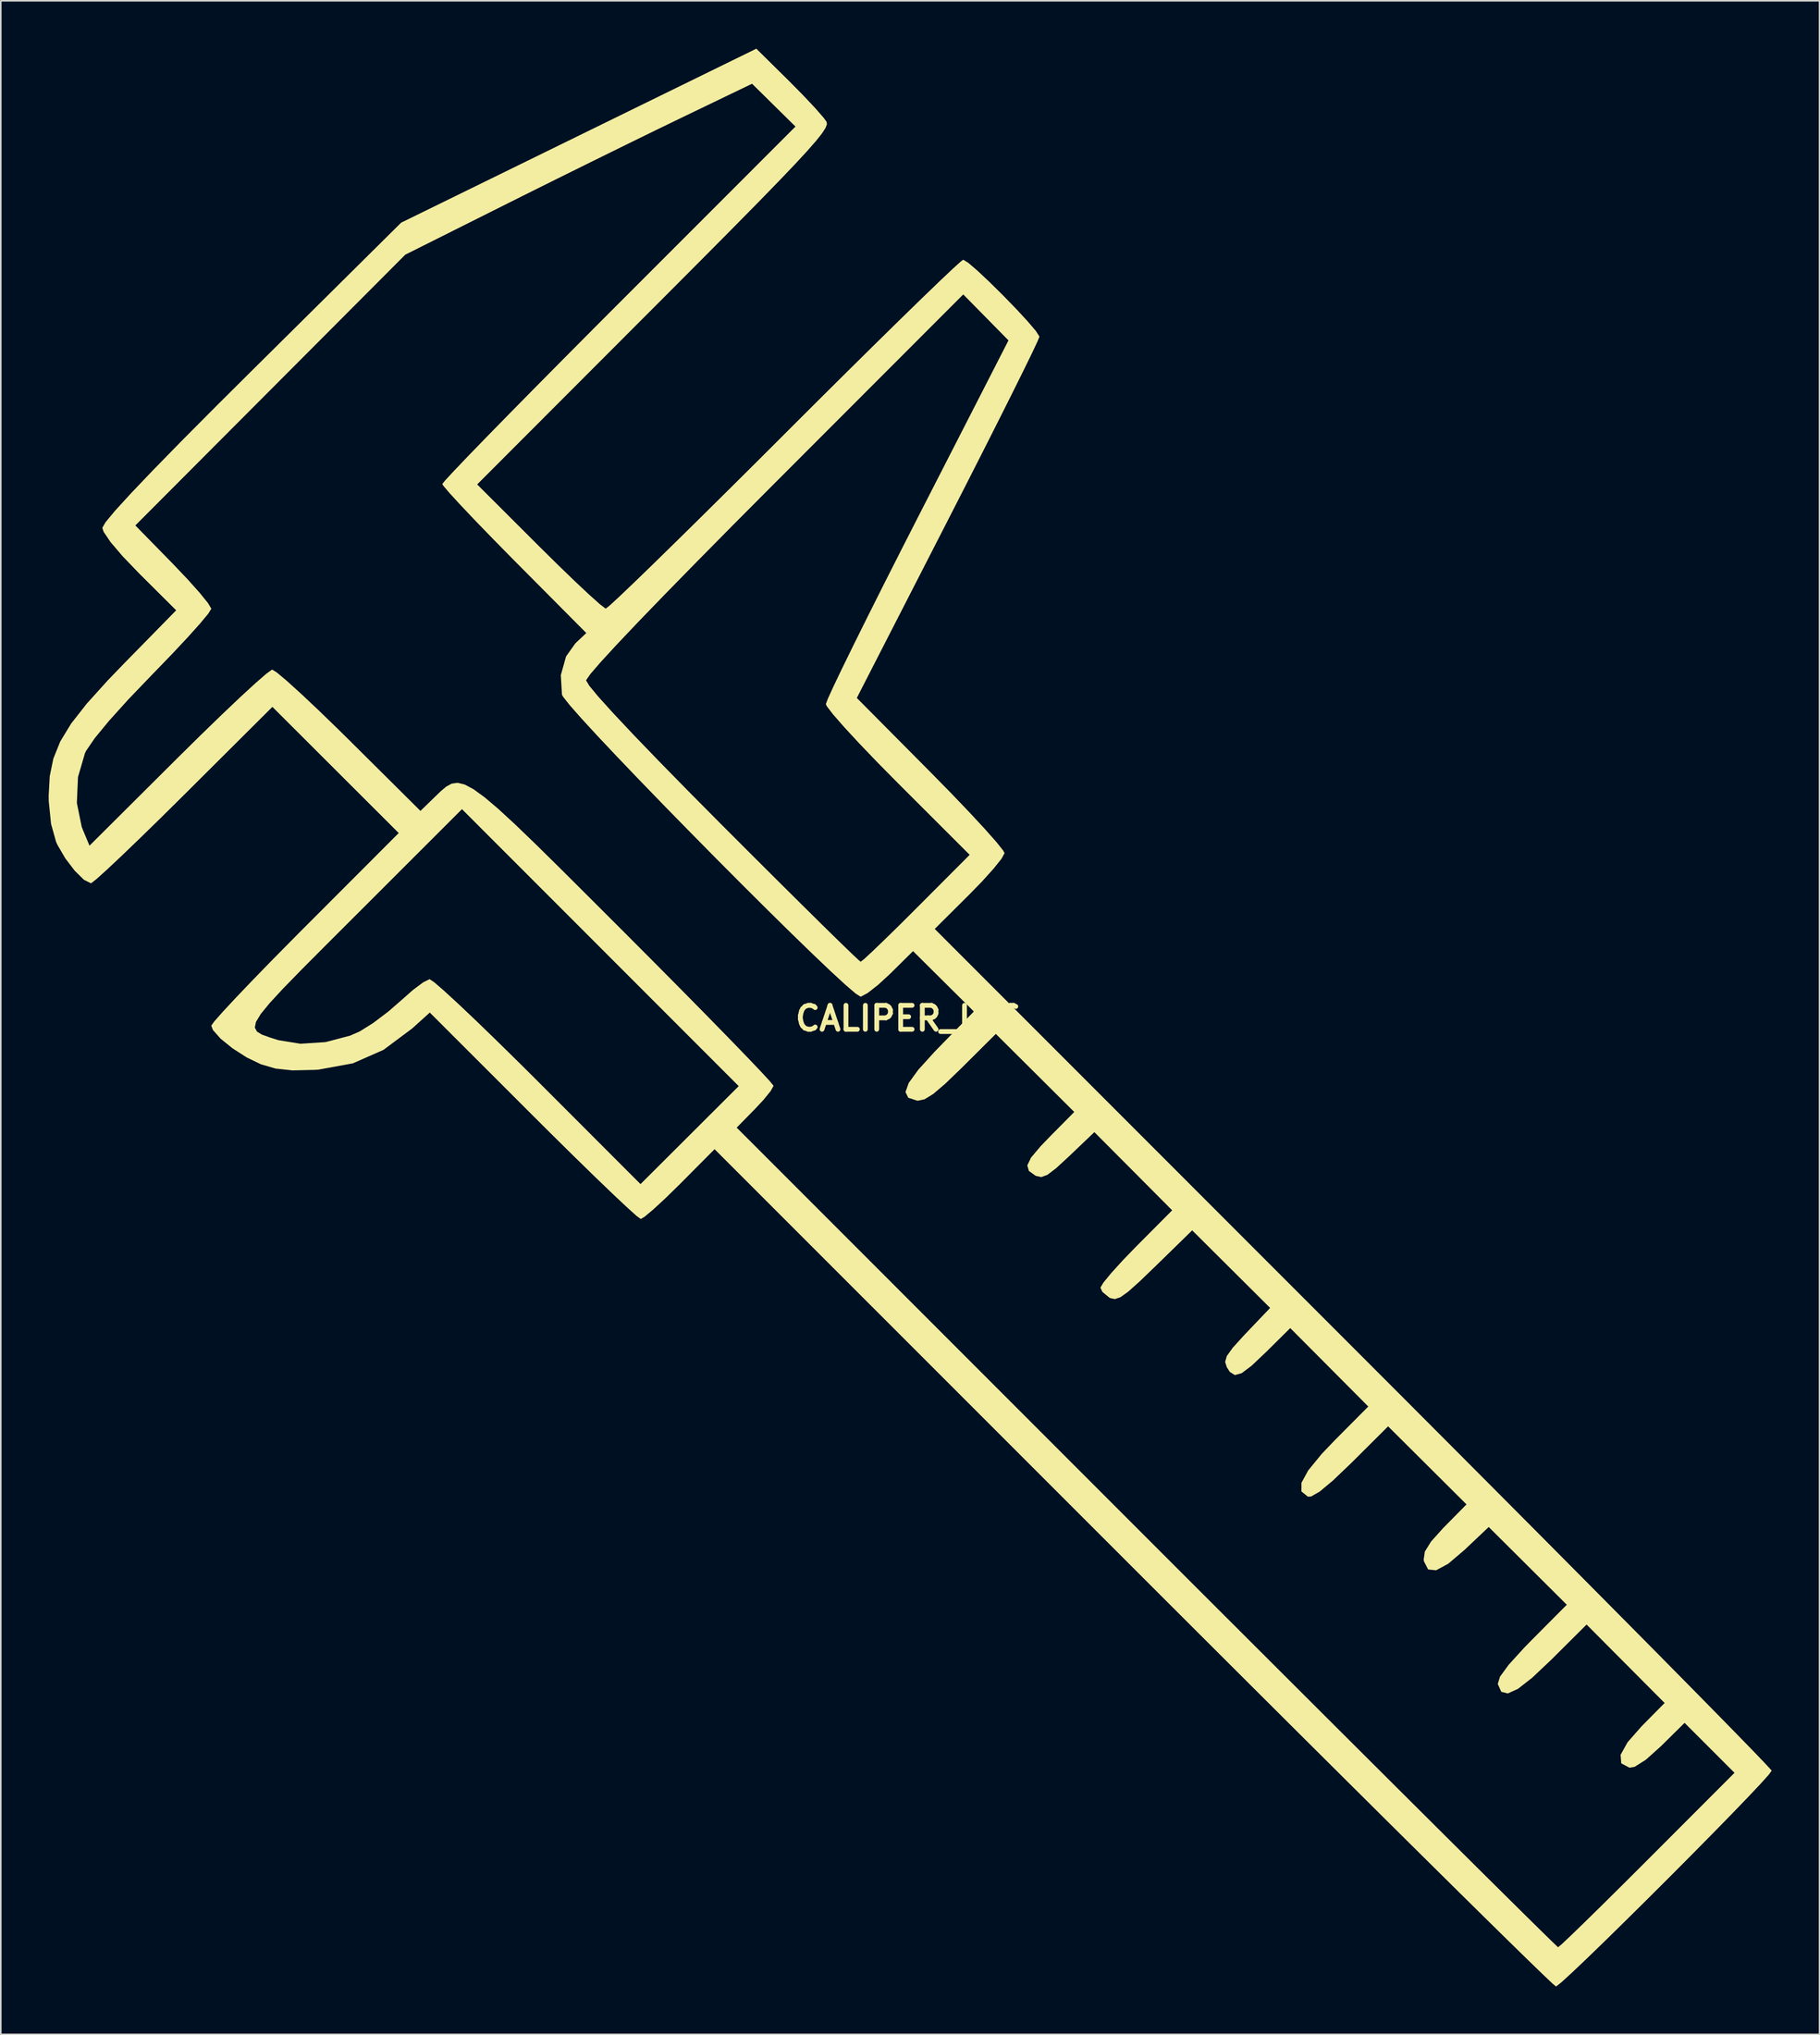
<source format=kicad_pcb>
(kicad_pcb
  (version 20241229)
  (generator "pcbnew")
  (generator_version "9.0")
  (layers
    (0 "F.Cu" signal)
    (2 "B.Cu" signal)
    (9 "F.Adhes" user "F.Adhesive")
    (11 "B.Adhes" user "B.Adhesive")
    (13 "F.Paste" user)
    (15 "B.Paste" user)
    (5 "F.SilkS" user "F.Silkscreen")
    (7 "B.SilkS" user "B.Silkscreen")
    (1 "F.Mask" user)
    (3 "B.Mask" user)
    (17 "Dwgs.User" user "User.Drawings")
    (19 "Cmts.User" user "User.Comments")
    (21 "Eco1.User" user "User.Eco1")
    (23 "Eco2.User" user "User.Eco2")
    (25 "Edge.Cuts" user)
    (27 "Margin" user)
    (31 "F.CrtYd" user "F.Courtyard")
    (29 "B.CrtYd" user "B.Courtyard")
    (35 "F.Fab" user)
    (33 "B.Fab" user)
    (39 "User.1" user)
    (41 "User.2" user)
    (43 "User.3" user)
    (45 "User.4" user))
  (footprint "CALIPER_IMG"
    (layer "F.Cu")
    (at 53.889 60.741)
    (property "Reference" "CALIPER_IMG" (at 0 0 0) (layer "F.SilkS") (effects (font (size 1.5 1.5) (thickness 0.3))))
    (attr board_only exclude_from_pos_files exclude_from_bom)
    (fp_poly (pts (xy -7.485 -58.707) (xy -6.6 -57.811) (xy -5.846 -57.01) (xy -5.322 -56.408) (xy -5.143 -56.161) (xy -5.122 -56.012) (xy -5.206 -55.783) (xy -5.424 -55.444) (xy -5.804 -54.965) (xy -6.372 -54.317) (xy -7.155 -53.471) (xy -8.183 -52.396) (xy -9.481 -51.063) (xy -11.078 -49.443) (xy -13.002 -47.505) (xy -15.278 -45.222) (xy -15.95 -44.549) (xy -27.038 -33.449) (xy -23.143 -29.561) (xy -21.946 -28.379) (xy -20.871 -27.342) (xy -19.98 -26.508) (xy -19.336 -25.934) (xy -19.001 -25.68) (xy -18.977 -25.673) (xy -18.739 -25.861) (xy -18.151 -26.402) (xy -17.249 -27.261) (xy -16.068 -28.404) (xy -14.644 -29.796) (xy -13.011 -31.403) (xy -11.205 -33.19) (xy -9.261 -35.122) (xy -7.784 -36.598) (xy -5.763 -38.615) (xy -3.853 -40.511) (xy -2.09 -42.252) (xy -0.509 -43.804) (xy 0.853 -45.131) (xy 1.963 -46.2) (xy 2.784 -46.975) (xy 3.281 -47.423) (xy 3.419 -47.523) (xy 3.727 -47.336) (xy 4.307 -46.84) (xy 5.063 -46.13) (xy 5.903 -45.301) (xy 6.73 -44.45) (xy 7.45 -43.672) (xy 7.969 -43.063) (xy 8.191 -42.717) (xy 8.194 -42.7) (xy 8.072 -42.401) (xy 7.726 -41.667) (xy 7.178 -40.546) (xy 6.455 -39.089) (xy 5.58 -37.346) (xy 4.579 -35.365) (xy 3.476 -33.197) (xy 2.472 -31.234) (xy -3.249 -20.074) (xy 1.38 -15.413) (xy 2.675 -14.094) (xy 3.83 -12.886) (xy 4.792 -11.848) (xy 5.508 -11.039) (xy 5.924 -10.516) (xy 6.009 -10.354) (xy 5.824 -10.011) (xy 5.324 -9.385) (xy 4.588 -8.569) (xy 3.821 -7.782) (xy 1.634 -5.607) (xy 27.856 20.62) (xy 31.007 23.773) (xy 34.049 26.822) (xy 36.961 29.744) (xy 39.721 32.517) (xy 42.306 35.118) (xy 44.693 37.524) (xy 46.862 39.714) (xy 48.789 41.665) (xy 50.452 43.355) (xy 51.829 44.76) (xy 52.898 45.859) (xy 53.637 46.628) (xy 54.023 47.047) (xy 54.077 47.118) (xy 53.891 47.374) (xy 53.367 47.957) (xy 52.56 48.811) (xy 51.525 49.883) (xy 50.317 51.119) (xy 48.988 52.464) (xy 47.595 53.864) (xy 46.19 55.263) (xy 44.829 56.609) (xy 43.566 57.847) (xy 42.456 58.921) (xy 41.552 59.778) (xy 40.91 60.364) (xy 40.582 60.624) (xy 40.559 60.632) (xy 40.338 60.443) (xy 39.752 59.889) (xy 38.826 58.992) (xy 37.581 57.776) (xy 36.041 56.262) (xy 34.227 54.473) (xy 32.161 52.43) (xy 29.867 50.156) (xy 27.367 47.673) (xy 24.683 45.004) (xy 21.838 42.17) (xy 18.854 39.194) (xy 15.753 36.098) (xy 14.065 34.411) (xy -12.162 8.189) (xy -14.336 10.376) (xy -15.229 11.25) (xy -15.996 11.958) (xy -16.549 12.421) (xy -16.788 12.563) (xy -17.041 12.377) (xy -17.631 11.847) (xy -18.512 11.02) (xy -19.637 9.94) (xy -20.958 8.651) (xy -22.429 7.199) (xy -23.536 6.097) (xy -30.007 -0.369) (xy -31.108 0.625) (xy -32.909 1.968) (xy -34.827 2.812) (xy -36.974 3.204) (xy -37.217 3.221) (xy -38.608 3.253) (xy -39.675 3.138) (xy -40.591 2.87) (xy -41.483 2.44) (xy -42.37 1.871) (xy -43.119 1.264) (xy -43.596 0.724) (xy -43.654 0.57) (xy -40.971 0.57) (xy -40.838 0.822) (xy -40.524 1.013) (xy -40.056 1.182) (xy -39.495 1.361) (xy -38.112 1.584) (xy -36.538 1.482) (xy -35.002 1.078) (xy -34.4 0.813) (xy -33.573 0.299) (xy -32.599 -0.437) (xy -31.812 -1.123) (xy -31.06 -1.786) (xy -30.42 -2.263) (xy -30.025 -2.458) (xy -30.014 -2.458) (xy -29.735 -2.271) (xy -29.121 -1.741) (xy -28.219 -0.912) (xy -27.077 0.17) (xy -25.745 1.46) (xy -24.268 2.912) (xy -23.216 3.959) (xy -16.803 10.376) (xy -13.726 7.308) (xy -10.649 4.239) (xy -19.32 -4.435) (xy -27.991 -13.109) (xy -34.739 -6.366) (xy -36.574 -4.533) (xy -38.052 -3.049) (xy -39.198 -1.874) (xy -40.038 -0.965) (xy -40.597 -0.282) (xy -40.899 0.216) (xy -40.971 0.57) (xy -43.654 0.57) (xy -43.699 0.452) (xy -43.513 0.188) (xy -42.985 -0.41) (xy -42.164 -1.293) (xy -41.096 -2.411) (xy -39.829 -3.713) (xy -38.41 -5.15) (xy -37.826 -5.736) (xy -31.954 -11.613) (xy -35.912 -15.564) (xy -39.87 -19.516) (xy -45.418 -13.991) (xy -46.852 -12.573) (xy -48.167 -11.29) (xy -49.313 -10.189) (xy -50.237 -9.321) (xy -50.89 -8.733) (xy -51.219 -8.475) (xy -51.242 -8.467) (xy -51.682 -8.686) (xy -52.255 -9.252) (xy -52.846 -10.026) (xy -53.337 -10.868) (xy -53.425 -11.061) (xy -53.74 -12.188) (xy -53.874 -13.5) (xy -52.123 -13.5) (xy -51.82 -12.004) (xy -51.748 -11.82) (xy -51.331 -10.821) (xy -45.793 -16.335) (xy -44.356 -17.753) (xy -43.031 -19.036) (xy -41.872 -20.136) (xy -40.929 -21.002) (xy -40.256 -21.587) (xy -39.905 -21.842) (xy -39.879 -21.849) (xy -39.585 -21.664) (xy -38.967 -21.145) (xy -38.084 -20.346) (xy -36.995 -19.322) (xy -35.761 -18.127) (xy -35.048 -17.424) (xy -30.593 -12.999) (xy -29.691 -13.874) (xy -29.311 -14.241) (xy -28.97 -14.527) (xy -28.631 -14.709) (xy -28.259 -14.759) (xy -27.818 -14.651) (xy -27.272 -14.361) (xy -26.585 -13.863) (xy -25.72 -13.13) (xy -24.643 -12.138) (xy -23.316 -10.86) (xy -21.705 -9.271) (xy -19.773 -7.345) (xy -17.822 -5.396) (xy -15.96 -3.528) (xy -14.22 -1.774) (xy -12.642 -0.172) (xy -11.262 1.24) (xy -10.117 2.423) (xy -9.244 3.339) (xy -8.682 3.95) (xy -8.468 4.216) (xy -8.467 4.222) (xy -8.645 4.544) (xy -9.107 5.111) (xy -9.621 5.662) (xy -10.776 6.839) (xy 14.89 32.507) (xy 18.007 35.623) (xy 21.018 38.63) (xy 23.9 41.507) (xy 26.63 44.231) (xy 29.186 46.779) (xy 31.546 49.129) (xy 33.686 51.258) (xy 35.584 53.145) (xy 37.219 54.765) (xy 38.566 56.098) (xy 39.604 57.121) (xy 40.31 57.81) (xy 40.661 58.145) (xy 40.697 58.174) (xy 40.918 57.989) (xy 41.475 57.464) (xy 42.316 56.65) (xy 43.392 55.595) (xy 44.652 54.348) (xy 46.048 52.958) (xy 46.293 52.712) (xy 51.75 47.25) (xy 50.186 45.685) (xy 48.621 44.121) (xy 47.149 45.575) (xy 46.201 46.426) (xy 45.495 46.873) (xy 45.169 46.931) (xy 44.652 46.655) (xy 44.612 46.122) (xy 45.049 45.337) (xy 45.918 44.347) (xy 47.371 42.876) (xy 44.926 40.42) (xy 42.481 37.963) (xy 40.258 40.175) (xy 39.072 41.295) (xy 38.179 41.991) (xy 37.544 42.28) (xy 37.135 42.175) (xy 36.918 41.693) (xy 36.916 41.68) (xy 37.055 41.228) (xy 37.601 40.48) (xy 38.565 39.42) (xy 39.029 38.946) (xy 41.241 36.723) (xy 38.795 34.288) (xy 36.348 31.853) (xy 34.83 33.289) (xy 33.806 34.158) (xy 33.051 34.565) (xy 32.552 34.514) (xy 32.291 34.007) (xy 32.273 33.896) (xy 32.345 33.395) (xy 32.735 32.764) (xy 33.502 31.911) (xy 33.568 31.844) (xy 34.956 30.438) (xy 32.5 27.993) (xy 30.043 25.548) (xy 27.746 27.834) (xy 26.592 28.938) (xy 25.756 29.635) (xy 25.212 29.946) (xy 25.014 29.953) (xy 24.611 29.625) (xy 24.614 29.085) (xy 25.038 28.307) (xy 25.893 27.265) (xy 26.691 26.43) (xy 28.802 24.307) (xy 26.357 21.85) (xy 23.911 19.394) (xy 22.395 20.895) (xy 21.495 21.747) (xy 20.871 22.218) (xy 20.442 22.338) (xy 20.125 22.14) (xy 19.934 21.843) (xy 19.832 21.513) (xy 19.937 21.143) (xy 20.308 20.626) (xy 21.006 19.856) (xy 21.144 19.711) (xy 22.65 18.132) (xy 20.209 15.702) (xy 17.767 13.272) (xy 15.454 15.53) (xy 14.451 16.494) (xy 13.747 17.121) (xy 13.264 17.464) (xy 12.921 17.578) (xy 12.637 17.517) (xy 12.579 17.488) (xy 12.138 17.127) (xy 12.017 16.861) (xy 12.2 16.549) (xy 12.697 15.945) (xy 13.431 15.137) (xy 14.265 14.276) (xy 16.512 12.017) (xy 14.075 9.568) (xy 11.637 7.12) (xy 10.059 8.626) (xy 9.241 9.379) (xy 8.693 9.796) (xy 8.308 9.937) (xy 7.979 9.862) (xy 7.927 9.836) (xy 7.532 9.549) (xy 7.434 9.204) (xy 7.666 8.72) (xy 8.258 8.016) (xy 8.875 7.375) (xy 10.376 5.858) (xy 7.92 3.413) (xy 5.463 0.968) (xy 3.316 3.103) (xy 2.286 4.095) (xy 1.539 4.73) (xy 0.998 5.064) (xy 0.588 5.151) (xy 0.519 5.145) (xy -0.023 4.967) (xy -0.199 4.611) (xy 0.004 4.04) (xy 0.602 3.216) (xy 1.612 2.101) (xy 1.884 1.82) (xy 4.086 -0.435) (xy 2.18 -2.326) (xy 0.275 -4.217) (xy -1.168 -2.791) (xy -1.923 -2.097) (xy -2.573 -1.59) (xy -2.991 -1.368) (xy -3.018 -1.366) (xy -3.317 -1.556) (xy -3.947 -2.094) (xy -4.861 -2.935) (xy -6.014 -4.032) (xy -7.359 -5.337) (xy -8.85 -6.805) (xy -10.441 -8.388) (xy -12.086 -10.04) (xy -13.738 -11.714) (xy -15.353 -13.364) (xy -16.882 -14.943) (xy -18.281 -16.405) (xy -19.504 -17.702) (xy -20.503 -18.788) (xy -21.233 -19.616) (xy -21.648 -20.14) (xy -21.725 -20.281) (xy -21.777 -21.17) (xy -20.211 -21.17) (xy -20.017 -20.843) (xy -19.449 -20.157) (xy -18.525 -19.134) (xy -17.265 -17.793) (xy -15.688 -16.156) (xy -13.813 -14.243) (xy -11.682 -12.096) (xy -9.904 -10.318) (xy -8.246 -8.666) (xy -6.746 -7.178) (xy -5.445 -5.893) (xy -4.381 -4.85) (xy -3.595 -4.089) (xy -3.125 -3.648) (xy -3.006 -3.551) (xy -2.775 -3.734) (xy -2.225 -4.244) (xy -1.422 -5.017) (xy -0.43 -5.991) (xy 0.482 -6.9) (xy 3.823 -10.249) (xy -0.683 -14.749) (xy -1.963 -16.045) (xy -3.102 -17.233) (xy -4.045 -18.253) (xy -4.737 -19.045) (xy -5.125 -19.55) (xy -5.189 -19.688) (xy -5.068 -20.014) (xy -4.721 -20.776) (xy -4.173 -21.921) (xy -3.448 -23.401) (xy -2.572 -25.165) (xy -1.57 -27.162) (xy -0.466 -29.341) (xy 0.533 -31.298) (xy 6.255 -42.47) (xy 4.838 -43.91) (xy 3.421 -45.35) (xy -8.395 -33.525) (xy -10.987 -30.922) (xy -13.288 -28.593) (xy -15.285 -26.553) (xy -16.964 -24.816) (xy -18.309 -23.397) (xy -19.307 -22.311) (xy -19.944 -21.573) (xy -20.205 -21.198) (xy -20.211 -21.17) (xy -21.777 -21.17) (xy -21.796 -21.505) (xy -21.468 -22.675) (xy -20.884 -23.497) (xy -20.2 -24.14) (xy -24.712 -28.68) (xy -25.987 -29.974) (xy -27.123 -31.146) (xy -28.065 -32.139) (xy -28.76 -32.896) (xy -29.154 -33.36) (xy -29.224 -33.474) (xy -29.036 -33.708) (xy -28.495 -34.293) (xy -27.636 -35.193) (xy -26.492 -36.373) (xy -25.098 -37.798) (xy -23.488 -39.433) (xy -21.697 -41.242) (xy -19.759 -43.192) (xy -18.158 -44.796) (xy -7.092 -55.864) (xy -8.453 -57.205) (xy -9.814 -58.546) (xy -14.261 -56.405) (xy -15.821 -55.649) (xy -17.729 -54.716) (xy -19.848 -53.673) (xy -22.04 -52.589) (xy -24.166 -51.532) (xy -25.127 -51.051) (xy -31.545 -47.838) (xy -40.001 -39.359) (xy -48.458 -30.88) (xy -46.078 -28.448) (xy -45.169 -27.491) (xy -44.419 -26.651) (xy -43.905 -26.015) (xy -43.7 -25.67) (xy -43.699 -25.66) (xy -43.883 -25.362) (xy -44.394 -24.745) (xy -45.174 -23.875) (xy -46.164 -22.819) (xy -47.303 -21.642) (xy -47.387 -21.556) (xy -48.888 -19.992) (xy -50.106 -18.643) (xy -51.003 -17.553) (xy -51.539 -16.768) (xy -51.614 -16.62) (xy -52.052 -15.118) (xy -52.123 -13.5) (xy -53.874 -13.5) (xy -53.884 -13.604) (xy -53.889 -13.954) (xy -53.822 -15.172) (xy -53.596 -16.275) (xy -53.165 -17.346) (xy -52.482 -18.468) (xy -51.499 -19.722) (xy -50.171 -21.191) (xy -49.176 -22.222) (xy -45.899 -25.564) (xy -48.213 -27.866) (xy -49.253 -28.948) (xy -50.015 -29.842) (xy -50.447 -30.483) (xy -50.527 -30.729) (xy -50.329 -31.076) (xy -49.736 -31.792) (xy -48.746 -32.876) (xy -47.36 -34.33) (xy -45.576 -36.155) (xy -43.393 -38.35) (xy -41.164 -40.567) (xy -31.802 -49.844) (xy -20.674 -55.293) (xy -9.545 -60.741)) (stroke (width 0) (type solid)) (fill yes) (layer "F.SilkS")))
  (gr_rect
    (start -3 -3)
    (end 110.967 124.373)
    (stroke (width 0.1) (type default))
    (fill no)
    (layer "Edge.Cuts")))
</source>
